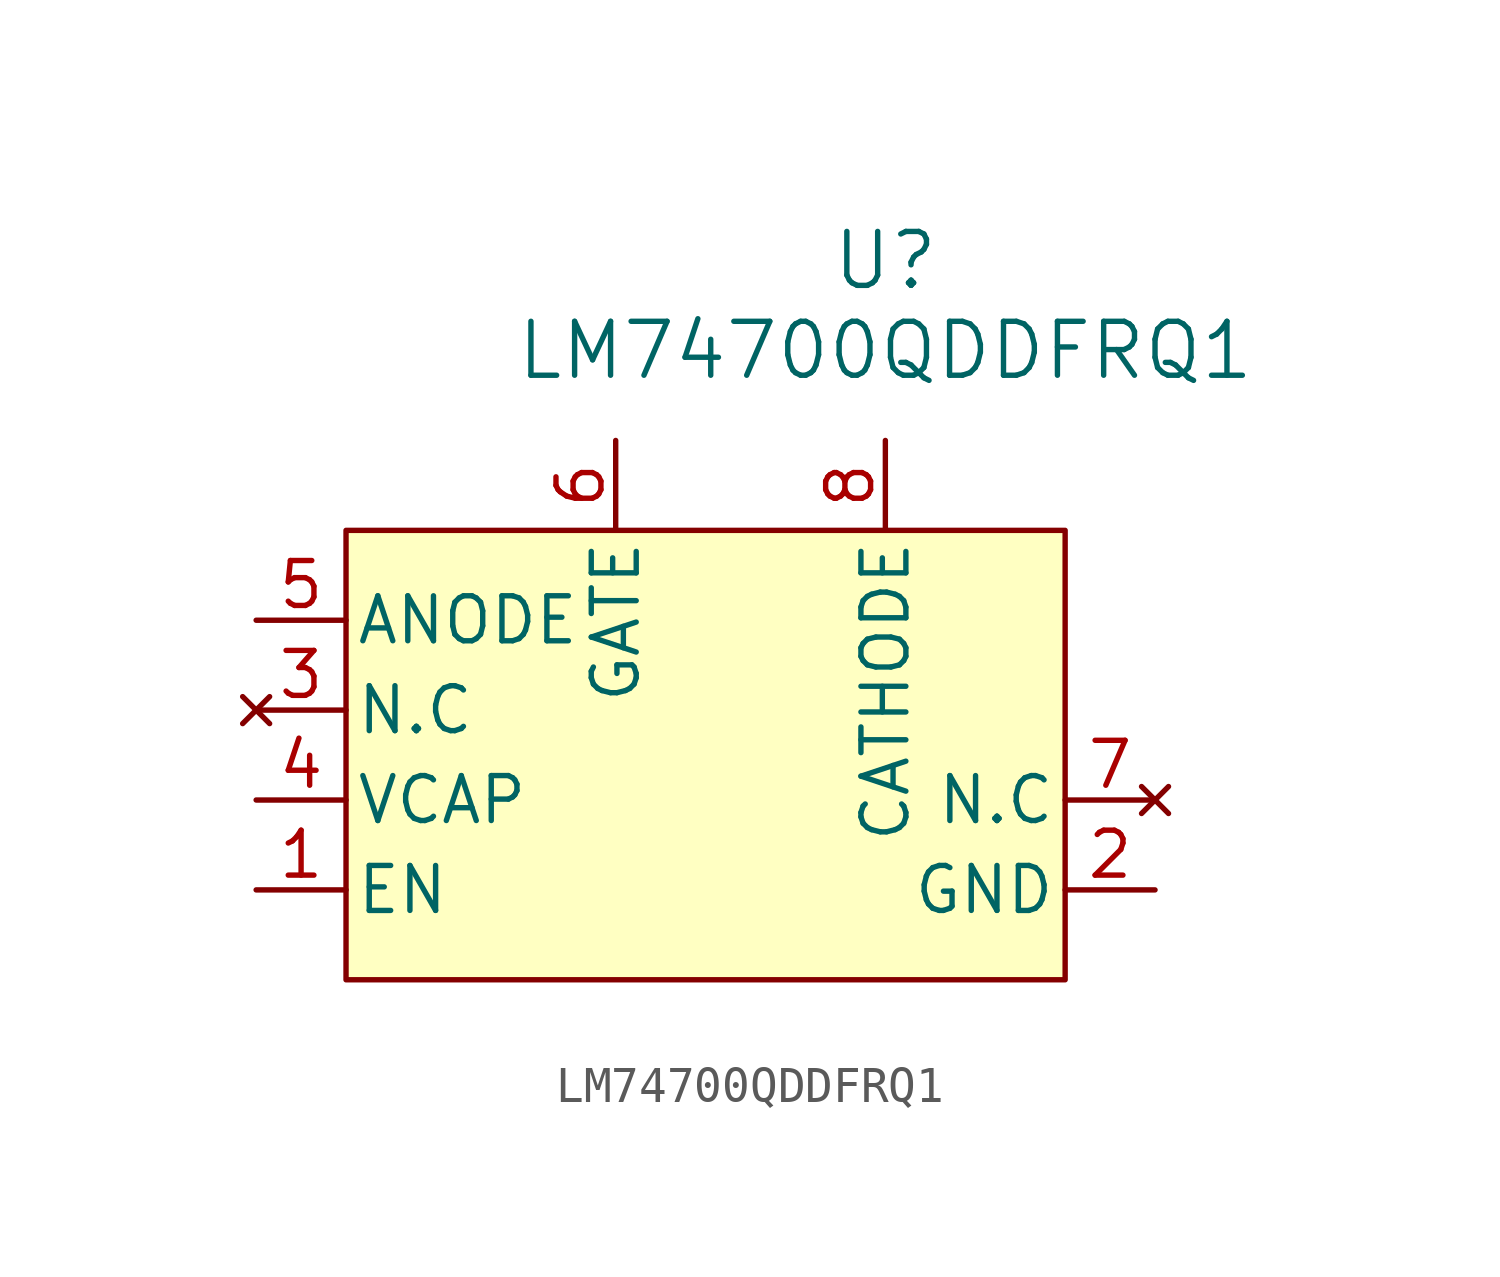
<source format=kicad_sym>
(kicad_symbol_lib
  (version 20220914)
  (generator kicad_symbol_editor)
  (symbol "LM74700QDDFRQ1"
    (pin_names
      (offset 0.254))
    (property "Reference" "U"
      (at 22.86 10.16 0)
      (effects (font (size 1.524 1.524))))
    (property "Value" "LM74700QDDFRQ1"
      (at 22.86 7.62 0)
      (effects (font (size 1.524 1.524))))
    (symbol "LM74700QDDFRQ1_1_1"
      (rectangle (start 7.62 2.54) (end 27.94 -10.16) (stroke (width 0) (type default)) (fill (type background)))
      (pin input line (at 5.08 -7.62 0) (length 2.54) (name "EN" (effects (font (size 1.27 1.27)))) (number "1" (effects (font (size 1.27 1.27)))))
      (pin power_in line (at 30.48 -7.62 180) (length 2.54) (name "GND" (effects (font (size 1.27 1.27)))) (number "2" (effects (font (size 1.27 1.27)))))
      (pin no_connect line (at 5.08 -2.54 0) (length 2.54) (name "N.C" (effects (font (size 1.27 1.27)))) (number "3" (effects (font (size 1.27 1.27)))))
      (pin passive line (at 5.08 -5.08 0) (length 2.54) (name "VCAP" (effects (font (size 1.27 1.27)))) (number "4" (effects (font (size 1.27 1.27)))))
      (pin unspecified line (at 5.08 0 0) (length 2.54) (name "ANODE" (effects (font (size 1.27 1.27)))) (number "5" (effects (font (size 1.27 1.27)))))
      (pin passive line (at 15.24 5.08 270) (length 2.54) (name "GATE" (effects (font (size 1.27 1.27)))) (number "6" (effects (font (size 1.27 1.27)))))
      (pin no_connect line (at 30.48 -5.08 180) (length 2.54) (name "N.C" (effects (font (size 1.27 1.27)))) (number "7" (effects (font (size 1.27 1.27)))))
      (pin passive line (at 22.86 5.08 270) (length 2.54) (name "CATHODE" (effects (font (size 1.27 1.27)))) (number "8" (effects (font (size 1.27 1.27))))))))
</source>
